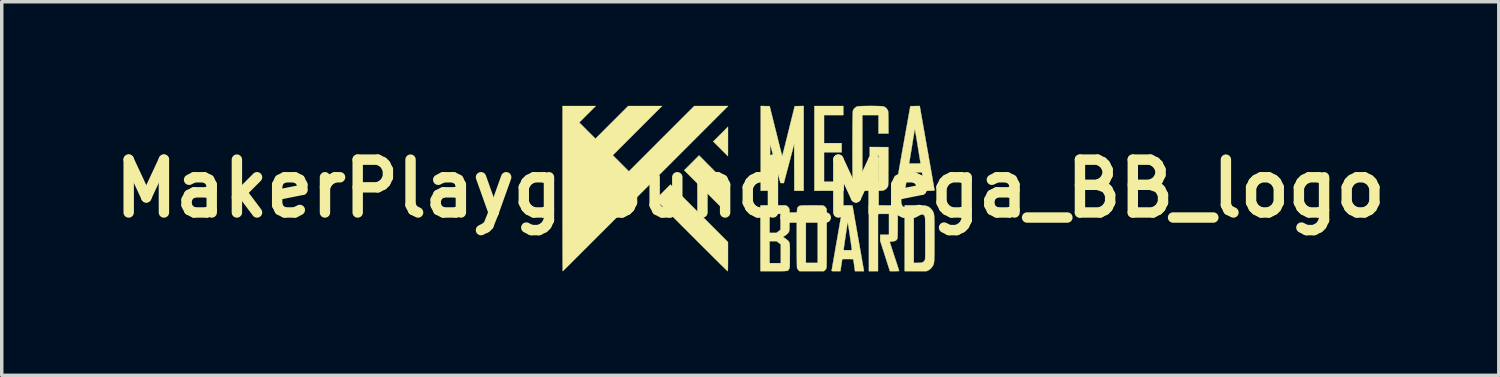
<source format=kicad_pcb>
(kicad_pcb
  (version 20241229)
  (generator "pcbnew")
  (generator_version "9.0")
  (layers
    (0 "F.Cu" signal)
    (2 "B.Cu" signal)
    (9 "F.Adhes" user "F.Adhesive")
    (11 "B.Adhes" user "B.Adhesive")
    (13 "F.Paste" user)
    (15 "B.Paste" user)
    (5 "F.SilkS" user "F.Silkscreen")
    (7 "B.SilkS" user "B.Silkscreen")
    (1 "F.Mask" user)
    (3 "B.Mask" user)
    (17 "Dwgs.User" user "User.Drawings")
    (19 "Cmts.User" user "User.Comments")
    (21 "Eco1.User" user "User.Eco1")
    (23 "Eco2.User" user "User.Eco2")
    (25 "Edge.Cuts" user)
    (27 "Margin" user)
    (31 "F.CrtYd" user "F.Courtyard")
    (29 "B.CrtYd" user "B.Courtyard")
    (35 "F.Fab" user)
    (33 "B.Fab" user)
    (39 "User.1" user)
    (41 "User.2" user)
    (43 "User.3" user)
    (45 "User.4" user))
  (footprint "MakerPlayground_Mega_BB_logo"
    (layer "F.Cu")
    (at 18.586 2.388)
    (property "Reference" "MakerPlayground_Mega_BB_logo" (at 0 0 0) (layer "F.SilkS") (effects (font (size 1.524 1.524) (thickness 0.3))))
    (attr through_hole)
    (fp_poly (pts (xy 2.683 -2.119) (xy 2.127 -2.119) (xy 2.127 -1.31) (xy 2.635 -1.31) (xy 2.635 -1.048) (xy 2.127 -1.048) (xy 2.127 -0.198) (xy 2.699 -0.198) (xy 2.697 -0.069) (xy 2.695 0.06) (xy 1.849 0.064) (xy 1.849 -2.381) (xy 2.683 -2.381) (xy 2.683 -2.119)) (stroke (width 0.01) (type solid)) (fill yes) (layer "F.SilkS"))
    (fp_poly (pts (xy -0.643 -1.359) (xy -0.643 -1.279) (xy -0.643 -1.204) (xy -0.643 -1.135) (xy -0.643 -1.074) (xy -0.644 -1.022) (xy -0.644 -0.982) (xy -0.644 -0.953) (xy -0.645 -0.938) (xy -0.645 -0.937) (xy -0.651 -0.942) (xy -0.667 -0.957) (xy -0.691 -0.982) (xy -0.723 -1.013) (xy -0.762 -1.052) (xy -0.805 -1.095) (xy -0.852 -1.142) (xy -0.857 -1.147) (xy -1.068 -1.357) (xy -0.855 -1.57) (xy -0.643 -1.782) (xy -0.643 -1.359)) (stroke (width 0.01) (type solid)) (fill yes) (layer "F.SilkS"))
    (fp_poly (pts (xy -0.644 -0.115) (xy -0.643 0.308) (xy -0.643 0.388) (xy -0.643 0.463) (xy -0.643 0.532) (xy -0.644 0.593) (xy -0.644 0.644) (xy -0.644 0.685) (xy -0.644 0.714) (xy -0.645 0.728) (xy -0.645 0.73) (xy -0.651 0.725) (xy -0.667 0.709) (xy -0.693 0.683) (xy -0.728 0.648) (xy -0.772 0.605) (xy -0.823 0.554) (xy -0.881 0.496) (xy -0.945 0.432) (xy -1.015 0.362) (xy -1.09 0.287) (xy -1.169 0.208) (xy -1.251 0.126) (xy -1.276 0.101) (xy -1.905 -0.528) (xy -1.477 -0.955) (xy -0.644 -0.115)) (stroke (width 0.01) (type solid)) (fill yes) (layer "F.SilkS"))
    (fp_poly (pts (xy -1.472 0.714) (xy -0.643 1.544) (xy -0.643 1.963) (xy -0.643 2.058) (xy -0.643 2.14) (xy -0.644 2.207) (xy -0.644 2.261) (xy -0.645 2.304) (xy -0.646 2.337) (xy -0.648 2.359) (xy -0.65 2.374) (xy -0.652 2.38) (xy -0.653 2.381) (xy -0.659 2.376) (xy -0.677 2.36) (xy -0.704 2.333) (xy -0.741 2.297) (xy -0.787 2.252) (xy -0.841 2.199) (xy -0.903 2.138) (xy -0.972 2.069) (xy -1.048 1.994) (xy -1.131 1.912) (xy -1.219 1.824) (xy -1.311 1.732) (xy -1.409 1.635) (xy -1.51 1.534) (xy -1.615 1.429) (xy -1.697 1.347) (xy -2.731 0.313) (xy -2.516 0.099) (xy -2.302 -0.115) (xy -1.472 0.714)) (stroke (width 0.01) (type solid)) (fill yes) (layer "F.SilkS"))
    (fp_poly (pts (xy -4.695 -2.143) (xy -4.933 -1.905) (xy -4.699 -1.671) (xy -4.465 -1.437) (xy -3.52 -2.381) (xy -2.544 -2.381) (xy -3.254 -1.671) (xy -3.965 -0.96) (xy -3.5 -0.496) (xy -2.558 -1.439) (xy -1.615 -2.381) (xy -0.639 -2.381) (xy -3.02 0) (xy -3.183 0.163) (xy -3.343 0.323) (xy -3.5 0.48) (xy -3.653 0.633) (xy -3.803 0.782) (xy -3.948 0.927) (xy -4.088 1.067) (xy -4.224 1.203) (xy -4.354 1.332) (xy -4.478 1.456) (xy -4.596 1.574) (xy -4.708 1.686) (xy -4.812 1.79) (xy -4.91 1.887) (xy -5 1.977) (xy -5.082 2.059) (xy -5.155 2.132) (xy -5.22 2.197) (xy -5.276 2.252) (xy -5.323 2.298) (xy -5.36 2.335) (xy -5.386 2.361) (xy -5.402 2.376) (xy -5.407 2.381) (xy -5.408 2.373) (xy -5.408 2.35) (xy -5.409 2.313) (xy -5.409 2.261) (xy -5.41 2.196) (xy -5.41 2.118) (xy -5.411 2.027) (xy -5.411 1.926) (xy -5.411 1.813) (xy -5.412 1.69) (xy -5.412 1.557) (xy -5.412 1.415) (xy -5.412 1.264) (xy -5.413 1.106) (xy -5.413 0.94) (xy -5.413 0.768) (xy -5.413 0.59) (xy -5.413 0.406) (xy -5.413 0.217) (xy -5.413 0.024) (xy -5.413 -2.381) (xy -4.457 -2.381) (xy -4.695 -2.143)) (stroke (width 0.01) (type solid)) (fill yes) (layer "F.SilkS"))
    (fp_poly (pts (xy 1.54 0.064) (xy 1.27 0.064) (xy 1.268 -0.611) (xy 1.266 -1.286) (xy 1.132 -0.78) (xy 1.108 -0.691) (xy 1.086 -0.606) (xy 1.064 -0.525) (xy 1.045 -0.451) (xy 1.027 -0.384) (xy 1.011 -0.326) (xy 0.999 -0.278) (xy 0.989 -0.242) (xy 0.983 -0.22) (xy 0.982 -0.216) (xy 0.967 -0.159) (xy 0.92 -0.159) (xy 0.89 -0.16) (xy 0.874 -0.164) (xy 0.868 -0.171) (xy 0.865 -0.18) (xy 0.859 -0.204) (xy 0.849 -0.24) (xy 0.836 -0.288) (xy 0.82 -0.347) (xy 0.802 -0.414) (xy 0.782 -0.49) (xy 0.761 -0.572) (xy 0.737 -0.659) (xy 0.718 -0.732) (xy 0.573 -1.282) (xy 0.57 -0.611) (xy 0.568 0.06) (xy 0.302 0.064) (xy 0.302 -2.382) (xy 0.43 -2.379) (xy 0.559 -2.377) (xy 0.738 -1.657) (xy 0.764 -1.553) (xy 0.789 -1.454) (xy 0.812 -1.36) (xy 0.834 -1.273) (xy 0.854 -1.193) (xy 0.872 -1.122) (xy 0.888 -1.061) (xy 0.9 -1.011) (xy 0.91 -0.973) (xy 0.917 -0.948) (xy 0.921 -0.937) (xy 0.921 -0.937) (xy 0.923 -0.944) (xy 0.929 -0.966) (xy 0.938 -1.001) (xy 0.951 -1.049) (xy 0.966 -1.107) (xy 0.983 -1.176) (xy 1.003 -1.253) (xy 1.024 -1.339) (xy 1.047 -1.431) (xy 1.072 -1.529) (xy 1.097 -1.632) (xy 1.103 -1.657) (xy 1.282 -2.377) (xy 1.411 -2.379) (xy 1.54 -2.382) (xy 1.54 0.064)) (stroke (width 0.01) (type solid)) (fill yes) (layer "F.SilkS"))
    (fp_poly (pts (xy 3.78 0.484) (xy 3.866 0.484) (xy 3.937 0.485) (xy 3.995 0.485) (xy 4.042 0.486) (xy 4.079 0.486) (xy 4.107 0.488) (xy 4.128 0.489) (xy 4.144 0.491) (xy 4.156 0.494) (xy 4.166 0.497) (xy 4.172 0.499) (xy 4.21 0.525) (xy 4.236 0.56) (xy 4.247 0.588) (xy 4.249 0.604) (xy 4.25 0.635) (xy 4.252 0.682) (xy 4.253 0.742) (xy 4.253 0.816) (xy 4.253 0.904) (xy 4.253 1.004) (xy 4.253 1.022) (xy 4.252 1.112) (xy 4.252 1.189) (xy 4.251 1.252) (xy 4.25 1.304) (xy 4.249 1.345) (xy 4.248 1.377) (xy 4.247 1.402) (xy 4.245 1.42) (xy 4.243 1.433) (xy 4.24 1.444) (xy 4.237 1.452) (xy 4.236 1.454) (xy 4.218 1.481) (xy 4.194 1.5) (xy 4.161 1.513) (xy 4.116 1.522) (xy 4.095 1.524) (xy 4.063 1.527) (xy 4.038 1.53) (xy 4.023 1.533) (xy 4.021 1.533) (xy 4.023 1.541) (xy 4.029 1.563) (xy 4.04 1.596) (xy 4.054 1.641) (xy 4.072 1.696) (xy 4.092 1.758) (xy 4.115 1.828) (xy 4.139 1.903) (xy 4.156 1.953) (xy 4.181 2.031) (xy 4.206 2.104) (xy 4.228 2.171) (xy 4.247 2.232) (xy 4.264 2.283) (xy 4.278 2.324) (xy 4.287 2.355) (xy 4.293 2.372) (xy 4.294 2.375) (xy 4.286 2.377) (xy 4.266 2.379) (xy 4.234 2.38) (xy 4.195 2.381) (xy 4.161 2.381) (xy 4.027 2.381) (xy 3.887 1.943) (xy 3.746 1.504) (xy 3.746 1.419) (xy 3.747 1.333) (xy 4 1.333) (xy 4 0.73) (xy 3.683 0.73) (xy 3.683 2.381) (xy 3.421 2.381) (xy 3.421 0.484) (xy 3.78 0.484)) (stroke (width 0.01) (type solid)) (fill yes) (layer "F.SilkS"))
    (fp_poly (pts (xy 1.056 0.503) (xy 1.085 0.523) (xy 1.107 0.552) (xy 1.111 0.56) (xy 1.131 0.599) (xy 1.131 0.901) (xy 1.131 0.979) (xy 1.131 1.043) (xy 1.13 1.095) (xy 1.13 1.136) (xy 1.128 1.167) (xy 1.127 1.192) (xy 1.125 1.21) (xy 1.122 1.224) (xy 1.119 1.235) (xy 1.117 1.239) (xy 1.103 1.266) (xy 1.083 1.292) (xy 1.055 1.318) (xy 1.015 1.348) (xy 0.998 1.359) (xy 0.944 1.395) (xy 1.016 1.444) (xy 1.048 1.468) (xy 1.077 1.491) (xy 1.099 1.512) (xy 1.107 1.523) (xy 1.116 1.537) (xy 1.123 1.552) (xy 1.129 1.569) (xy 1.133 1.59) (xy 1.137 1.617) (xy 1.139 1.651) (xy 1.141 1.693) (xy 1.142 1.746) (xy 1.142 1.81) (xy 1.142 1.887) (xy 1.141 1.957) (xy 1.141 2.038) (xy 1.14 2.104) (xy 1.14 2.157) (xy 1.139 2.199) (xy 1.138 2.232) (xy 1.136 2.257) (xy 1.134 2.275) (xy 1.132 2.289) (xy 1.129 2.299) (xy 1.125 2.308) (xy 1.121 2.316) (xy 1.113 2.33) (xy 1.106 2.343) (xy 1.098 2.353) (xy 1.088 2.361) (xy 1.075 2.367) (xy 1.056 2.372) (xy 1.031 2.376) (xy 0.999 2.378) (xy 0.957 2.38) (xy 0.905 2.381) (xy 0.841 2.381) (xy 0.764 2.381) (xy 0.673 2.381) (xy 0.673 2.381) (xy 0.294 2.381) (xy 0.294 1.516) (xy 0.556 1.516) (xy 0.556 2.151) (xy 0.881 2.151) (xy 0.881 1.607) (xy 0.755 1.516) (xy 0.556 1.516) (xy 0.294 1.516) (xy 0.294 0.73) (xy 0.556 0.73) (xy 0.556 1.278) (xy 0.755 1.278) (xy 0.814 1.233) (xy 0.873 1.187) (xy 0.873 0.73) (xy 0.556 0.73) (xy 0.294 0.73) (xy 0.294 0.484) (xy 1.021 0.484) (xy 1.056 0.503)) (stroke (width 0.01) (type solid)) (fill yes) (layer "F.SilkS"))
    (fp_poly (pts (xy 1.856 0.484) (xy 1.921 0.484) (xy 1.973 0.485) (xy 2.014 0.485) (xy 2.046 0.486) (xy 2.07 0.487) (xy 2.088 0.489) (xy 2.101 0.492) (xy 2.111 0.495) (xy 2.121 0.499) (xy 2.128 0.502) (xy 2.161 0.526) (xy 2.183 0.556) (xy 2.203 0.591) (xy 2.203 1.437) (xy 2.203 1.571) (xy 2.203 1.69) (xy 2.203 1.795) (xy 2.202 1.887) (xy 2.202 1.967) (xy 2.202 2.036) (xy 2.202 2.094) (xy 2.201 2.143) (xy 2.2 2.183) (xy 2.2 2.216) (xy 2.199 2.242) (xy 2.197 2.263) (xy 2.196 2.278) (xy 2.194 2.29) (xy 2.193 2.299) (xy 2.191 2.305) (xy 2.188 2.311) (xy 2.187 2.314) (xy 2.17 2.338) (xy 2.149 2.36) (xy 2.144 2.363) (xy 2.117 2.381) (xy 1.419 2.381) (xy 1.389 2.351) (xy 1.369 2.327) (xy 1.354 2.3) (xy 1.35 2.29) (xy 1.349 2.278) (xy 1.347 2.254) (xy 1.346 2.218) (xy 1.345 2.168) (xy 1.344 2.106) (xy 1.343 2.03) (xy 1.343 1.94) (xy 1.342 1.836) (xy 1.342 1.717) (xy 1.342 1.583) (xy 1.341 1.436) (xy 1.341 1.3) (xy 1.341 1.179) (xy 1.342 1.071) (xy 1.342 0.977) (xy 1.342 0.895) (xy 1.343 0.825) (xy 1.343 0.765) (xy 1.344 0.73) (xy 1.603 0.73) (xy 1.603 2.143) (xy 1.945 2.143) (xy 1.945 0.73) (xy 1.603 0.73) (xy 1.344 0.73) (xy 1.345 0.714) (xy 1.346 0.672) (xy 1.348 0.637) (xy 1.35 0.61) (xy 1.353 0.588) (xy 1.356 0.571) (xy 1.36 0.558) (xy 1.364 0.548) (xy 1.37 0.54) (xy 1.375 0.533) (xy 1.382 0.527) (xy 1.387 0.522) (xy 1.398 0.513) (xy 1.409 0.506) (xy 1.422 0.499) (xy 1.438 0.495) (xy 1.46 0.491) (xy 1.488 0.488) (xy 1.525 0.486) (xy 1.571 0.485) (xy 1.628 0.485) (xy 1.699 0.484) (xy 1.778 0.484) (xy 1.856 0.484)) (stroke (width 0.01) (type solid)) (fill yes) (layer "F.SilkS"))
    (fp_poly (pts (xy 4.809 0.484) (xy 4.878 0.485) (xy 4.936 0.486) (xy 4.982 0.488) (xy 5.02 0.491) (xy 5.052 0.495) (xy 5.078 0.501) (xy 5.1 0.508) (xy 5.121 0.516) (xy 5.134 0.522) (xy 5.174 0.548) (xy 5.213 0.584) (xy 5.247 0.625) (xy 5.27 0.664) (xy 5.277 0.679) (xy 5.283 0.693) (xy 5.288 0.708) (xy 5.293 0.725) (xy 5.297 0.745) (xy 5.3 0.768) (xy 5.303 0.797) (xy 5.305 0.832) (xy 5.306 0.873) (xy 5.308 0.924) (xy 5.309 0.983) (xy 5.309 1.053) (xy 5.31 1.135) (xy 5.31 1.229) (xy 5.31 1.337) (xy 5.31 1.441) (xy 5.31 1.561) (xy 5.31 1.668) (xy 5.31 1.76) (xy 5.309 1.84) (xy 5.309 1.908) (xy 5.308 1.966) (xy 5.306 2.015) (xy 5.304 2.056) (xy 5.302 2.089) (xy 5.3 2.117) (xy 5.296 2.14) (xy 5.292 2.159) (xy 5.288 2.175) (xy 5.282 2.19) (xy 5.276 2.205) (xy 5.27 2.217) (xy 5.239 2.268) (xy 5.196 2.314) (xy 5.147 2.35) (xy 5.134 2.357) (xy 5.085 2.381) (xy 4.453 2.381) (xy 4.453 2.143) (xy 4.715 2.143) (xy 4.816 2.143) (xy 4.858 2.142) (xy 4.896 2.141) (xy 4.927 2.138) (xy 4.947 2.135) (xy 4.947 2.135) (xy 4.985 2.117) (xy 5.017 2.089) (xy 5.037 2.054) (xy 5.04 2.046) (xy 5.041 2.034) (xy 5.043 2.014) (xy 5.044 1.983) (xy 5.045 1.942) (xy 5.046 1.89) (xy 5.047 1.826) (xy 5.047 1.749) (xy 5.047 1.659) (xy 5.047 1.554) (xy 5.047 1.434) (xy 5.047 1.417) (xy 5.046 1.305) (xy 5.046 1.209) (xy 5.045 1.126) (xy 5.045 1.055) (xy 5.044 0.996) (xy 5.044 0.948) (xy 5.043 0.908) (xy 5.042 0.877) (xy 5.041 0.853) (xy 5.039 0.834) (xy 5.037 0.821) (xy 5.035 0.811) (xy 5.033 0.804) (xy 5.03 0.798) (xy 5.028 0.795) (xy 5.014 0.774) (xy 4.997 0.758) (xy 4.977 0.747) (xy 4.949 0.739) (xy 4.912 0.735) (xy 4.863 0.732) (xy 4.836 0.731) (xy 4.715 0.729) (xy 4.715 2.143) (xy 4.453 2.143) (xy 4.453 0.484) (xy 4.725 0.484) (xy 4.809 0.484)) (stroke (width 0.01) (type solid)) (fill yes) (layer "F.SilkS"))
    (fp_poly (pts (xy 3.513 -2.383) (xy 3.582 -2.382) (xy 3.647 -2.381) (xy 3.707 -2.379) (xy 3.759 -2.377) (xy 3.8 -2.374) (xy 3.83 -2.371) (xy 3.841 -2.369) (xy 3.888 -2.347) (xy 3.929 -2.312) (xy 3.96 -2.268) (xy 3.962 -2.264) (xy 3.967 -2.254) (xy 3.971 -2.244) (xy 3.974 -2.233) (xy 3.976 -2.219) (xy 3.978 -2.2) (xy 3.979 -2.174) (xy 3.98 -2.14) (xy 3.981 -2.097) (xy 3.982 -2.042) (xy 3.983 -1.975) (xy 3.983 -1.907) (xy 3.985 -1.588) (xy 3.842 -1.588) (xy 3.699 -1.587) (xy 3.699 -2.119) (xy 3.231 -2.119) (xy 3.231 -0.198) (xy 3.699 -0.198) (xy 3.699 -0.945) (xy 3.445 -0.945) (xy 3.445 -1.199) (xy 3.713 -1.197) (xy 3.981 -1.195) (xy 3.981 -0.647) (xy 3.981 -0.536) (xy 3.98 -0.441) (xy 3.98 -0.359) (xy 3.98 -0.289) (xy 3.979 -0.232) (xy 3.978 -0.185) (xy 3.977 -0.147) (xy 3.976 -0.118) (xy 3.974 -0.096) (xy 3.973 -0.081) (xy 3.97 -0.07) (xy 3.97 -0.068) (xy 3.948 -0.029) (xy 3.916 0.008) (xy 3.876 0.036) (xy 3.853 0.047) (xy 3.841 0.051) (xy 3.83 0.054) (xy 3.816 0.057) (xy 3.799 0.059) (xy 3.777 0.061) (xy 3.748 0.062) (xy 3.71 0.063) (xy 3.663 0.063) (xy 3.604 0.063) (xy 3.532 0.063) (xy 3.466 0.063) (xy 3.383 0.063) (xy 3.313 0.063) (xy 3.257 0.063) (xy 3.211 0.062) (xy 3.175 0.061) (xy 3.148 0.06) (xy 3.126 0.058) (xy 3.109 0.056) (xy 3.096 0.053) (xy 3.084 0.049) (xy 3.08 0.048) (xy 3.035 0.025) (xy 2.997 -0.009) (xy 2.97 -0.052) (xy 2.96 -0.077) (xy 2.958 -0.091) (xy 2.956 -0.12) (xy 2.955 -0.162) (xy 2.954 -0.217) (xy 2.952 -0.283) (xy 2.951 -0.359) (xy 2.95 -0.444) (xy 2.95 -0.537) (xy 2.949 -0.636) (xy 2.948 -0.741) (xy 2.948 -0.85) (xy 2.948 -0.963) (xy 2.947 -1.077) (xy 2.947 -1.192) (xy 2.948 -1.307) (xy 2.948 -1.42) (xy 2.948 -1.531) (xy 2.949 -1.638) (xy 2.949 -1.74) (xy 2.95 -1.836) (xy 2.951 -1.924) (xy 2.952 -2.004) (xy 2.953 -2.075) (xy 2.955 -2.135) (xy 2.956 -2.183) (xy 2.958 -2.217) (xy 2.959 -2.238) (xy 2.96 -2.242) (xy 2.98 -2.284) (xy 3.012 -2.322) (xy 3.051 -2.352) (xy 3.088 -2.369) (xy 3.108 -2.372) (xy 3.142 -2.375) (xy 3.188 -2.378) (xy 3.243 -2.38) (xy 3.305 -2.381) (xy 3.372 -2.382) (xy 3.442 -2.383) (xy 3.513 -2.383)) (stroke (width 0.01) (type solid)) (fill yes) (layer "F.SilkS"))
    (fp_poly (pts (xy 5.099 -1.173) (xy 5.123 -1.037) (xy 5.146 -0.904) (xy 5.168 -0.777) (xy 5.19 -0.656) (xy 5.21 -0.541) (xy 5.229 -0.434) (xy 5.246 -0.336) (xy 5.261 -0.247) (xy 5.275 -0.168) (xy 5.287 -0.1) (xy 5.297 -0.043) (xy 5.305 0.000123) (xy 5.31 0.03) (xy 5.313 0.046) (xy 5.313 0.048) (xy 5.311 0.052) (xy 5.304 0.055) (xy 5.289 0.058) (xy 5.265 0.059) (xy 5.229 0.061) (xy 5.179 0.062) (xy 5.174 0.062) (xy 5.034 0.064) (xy 5.026 0.018) (xy 5.023 -0.002) (xy 5.018 -0.035) (xy 5.011 -0.079) (xy 5.003 -0.13) (xy 4.994 -0.187) (xy 4.984 -0.247) (xy 4.984 -0.248) (xy 4.95 -0.468) (xy 4.745 -0.468) (xy 4.68 -0.468) (xy 4.629 -0.468) (xy 4.591 -0.467) (xy 4.565 -0.465) (xy 4.549 -0.463) (xy 4.541 -0.46) (xy 4.54 -0.458) (xy 4.539 -0.447) (xy 4.535 -0.422) (xy 4.53 -0.386) (xy 4.523 -0.343) (xy 4.515 -0.293) (xy 4.507 -0.239) (xy 4.498 -0.184) (xy 4.489 -0.129) (xy 4.48 -0.077) (xy 4.473 -0.031) (xy 4.466 0.007) (xy 4.461 0.036) (xy 4.457 0.053) (xy 4.457 0.056) (xy 4.447 0.059) (xy 4.425 0.061) (xy 4.393 0.062) (xy 4.352 0.063) (xy 4.322 0.064) (xy 4.191 0.064) (xy 4.191 0.03) (xy 4.193 0.018) (xy 4.197 -0.008) (xy 4.204 -0.048) (xy 4.212 -0.101) (xy 4.224 -0.167) (xy 4.237 -0.243) (xy 4.252 -0.33) (xy 4.269 -0.426) (xy 4.287 -0.531) (xy 4.307 -0.644) (xy 4.321 -0.722) (xy 4.578 -0.722) (xy 4.746 -0.722) (xy 4.802 -0.722) (xy 4.844 -0.723) (xy 4.874 -0.724) (xy 4.893 -0.725) (xy 4.905 -0.727) (xy 4.91 -0.73) (xy 4.911 -0.734) (xy 4.911 -0.736) (xy 4.909 -0.746) (xy 4.904 -0.771) (xy 4.898 -0.808) (xy 4.89 -0.857) (xy 4.88 -0.916) (xy 4.869 -0.984) (xy 4.857 -1.059) (xy 4.844 -1.14) (xy 4.83 -1.226) (xy 4.829 -1.236) (xy 4.815 -1.321) (xy 4.802 -1.402) (xy 4.789 -1.476) (xy 4.778 -1.543) (xy 4.768 -1.601) (xy 4.76 -1.648) (xy 4.753 -1.684) (xy 4.749 -1.707) (xy 4.746 -1.716) (xy 4.746 -1.716) (xy 4.744 -1.708) (xy 4.739 -1.685) (xy 4.733 -1.649) (xy 4.725 -1.601) (xy 4.715 -1.544) (xy 4.704 -1.477) (xy 4.691 -1.403) (xy 4.678 -1.323) (xy 4.665 -1.238) (xy 4.664 -1.234) (xy 4.65 -1.149) (xy 4.637 -1.068) (xy 4.625 -0.992) (xy 4.613 -0.924) (xy 4.604 -0.865) (xy 4.595 -0.815) (xy 4.589 -0.777) (xy 4.585 -0.751) (xy 4.582 -0.74) (xy 4.582 -0.74) (xy 4.578 -0.722) (xy 4.321 -0.722) (xy 4.328 -0.763) (xy 4.35 -0.888) (xy 4.373 -1.019) (xy 4.397 -1.153) (xy 4.404 -1.191) (xy 4.616 -2.377) (xy 4.886 -2.382) (xy 5.099 -1.173)) (stroke (width 0.01) (type solid)) (fill yes) (layer "F.SilkS"))
    (fp_poly (pts (xy 2.859 0.484) (xy 2.895 0.485) (xy 2.919 0.486) (xy 2.935 0.488) (xy 2.943 0.491) (xy 2.947 0.496) (xy 2.948 0.498) (xy 2.95 0.508) (xy 2.954 0.532) (xy 2.961 0.569) (xy 2.97 0.62) (xy 2.981 0.682) (xy 2.994 0.755) (xy 3.008 0.838) (xy 3.024 0.929) (xy 3.042 1.028) (xy 3.06 1.134) (xy 3.08 1.245) (xy 3.1 1.361) (xy 3.111 1.425) (xy 3.132 1.543) (xy 3.152 1.658) (xy 3.171 1.767) (xy 3.189 1.87) (xy 3.206 1.966) (xy 3.221 2.054) (xy 3.235 2.133) (xy 3.247 2.202) (xy 3.257 2.26) (xy 3.265 2.305) (xy 3.271 2.338) (xy 3.274 2.356) (xy 3.275 2.359) (xy 3.279 2.381) (xy 3.02 2.381) (xy 2.998 2.221) (xy 2.991 2.171) (xy 2.984 2.126) (xy 2.979 2.089) (xy 2.974 2.062) (xy 2.972 2.047) (xy 2.971 2.046) (xy 2.969 2.041) (xy 2.963 2.038) (xy 2.951 2.035) (xy 2.932 2.033) (xy 2.903 2.033) (xy 2.863 2.032) (xy 2.81 2.032) (xy 2.757 2.032) (xy 2.717 2.032) (xy 2.688 2.033) (xy 2.67 2.035) (xy 2.659 2.037) (xy 2.653 2.041) (xy 2.65 2.046) (xy 2.649 2.05) (xy 2.646 2.063) (xy 2.642 2.089) (xy 2.637 2.126) (xy 2.63 2.17) (xy 2.623 2.218) (xy 2.622 2.224) (xy 2.6 2.381) (xy 2.471 2.381) (xy 2.424 2.381) (xy 2.389 2.381) (xy 2.367 2.379) (xy 2.353 2.377) (xy 2.347 2.374) (xy 2.346 2.37) (xy 2.346 2.367) (xy 2.348 2.358) (xy 2.352 2.334) (xy 2.359 2.296) (xy 2.368 2.245) (xy 2.378 2.183) (xy 2.391 2.11) (xy 2.406 2.028) (xy 2.421 1.936) (xy 2.439 1.837) (xy 2.451 1.767) (xy 2.691 1.767) (xy 2.694 1.771) (xy 2.704 1.774) (xy 2.723 1.776) (xy 2.753 1.778) (xy 2.797 1.778) (xy 2.81 1.778) (xy 2.856 1.778) (xy 2.888 1.777) (xy 2.909 1.776) (xy 2.921 1.774) (xy 2.927 1.77) (xy 2.929 1.765) (xy 2.929 1.76) (xy 2.927 1.749) (xy 2.924 1.724) (xy 2.919 1.686) (xy 2.912 1.637) (xy 2.904 1.579) (xy 2.895 1.512) (xy 2.884 1.44) (xy 2.873 1.363) (xy 2.87 1.345) (xy 2.856 1.247) (xy 2.843 1.163) (xy 2.832 1.094) (xy 2.823 1.04) (xy 2.816 1.002) (xy 2.811 0.979) (xy 2.808 0.971) (xy 2.807 0.972) (xy 2.805 0.985) (xy 2.801 1.012) (xy 2.795 1.05) (xy 2.788 1.097) (xy 2.78 1.153) (xy 2.77 1.215) (xy 2.761 1.281) (xy 2.75 1.35) (xy 2.74 1.419) (xy 2.73 1.486) (xy 2.721 1.551) (xy 2.713 1.61) (xy 2.705 1.663) (xy 2.699 1.707) (xy 2.694 1.74) (xy 2.691 1.761) (xy 2.691 1.767) (xy 2.451 1.767) (xy 2.457 1.731) (xy 2.476 1.62) (xy 2.497 1.503) (xy 2.508 1.437) (xy 2.529 1.318) (xy 2.549 1.203) (xy 2.568 1.094) (xy 2.586 0.991) (xy 2.602 0.895) (xy 2.618 0.807) (xy 2.631 0.728) (xy 2.643 0.659) (xy 2.653 0.602) (xy 2.661 0.556) (xy 2.667 0.524) (xy 2.67 0.506) (xy 2.671 0.502) (xy 2.673 0.496) (xy 2.677 0.491) (xy 2.685 0.488) (xy 2.7 0.486) (xy 2.724 0.485) (xy 2.759 0.484) (xy 2.807 0.484) (xy 2.809 0.484) (xy 2.859 0.484)) (stroke (width 0.01) (type solid)) (fill yes) (layer "F.SilkS")))
  (gr_rect
    (start -3 -3)
    (end 40.171 7.774)
    (stroke (width 0.1) (type default))
    (fill no)
    (layer "Edge.Cuts")))
</source>
